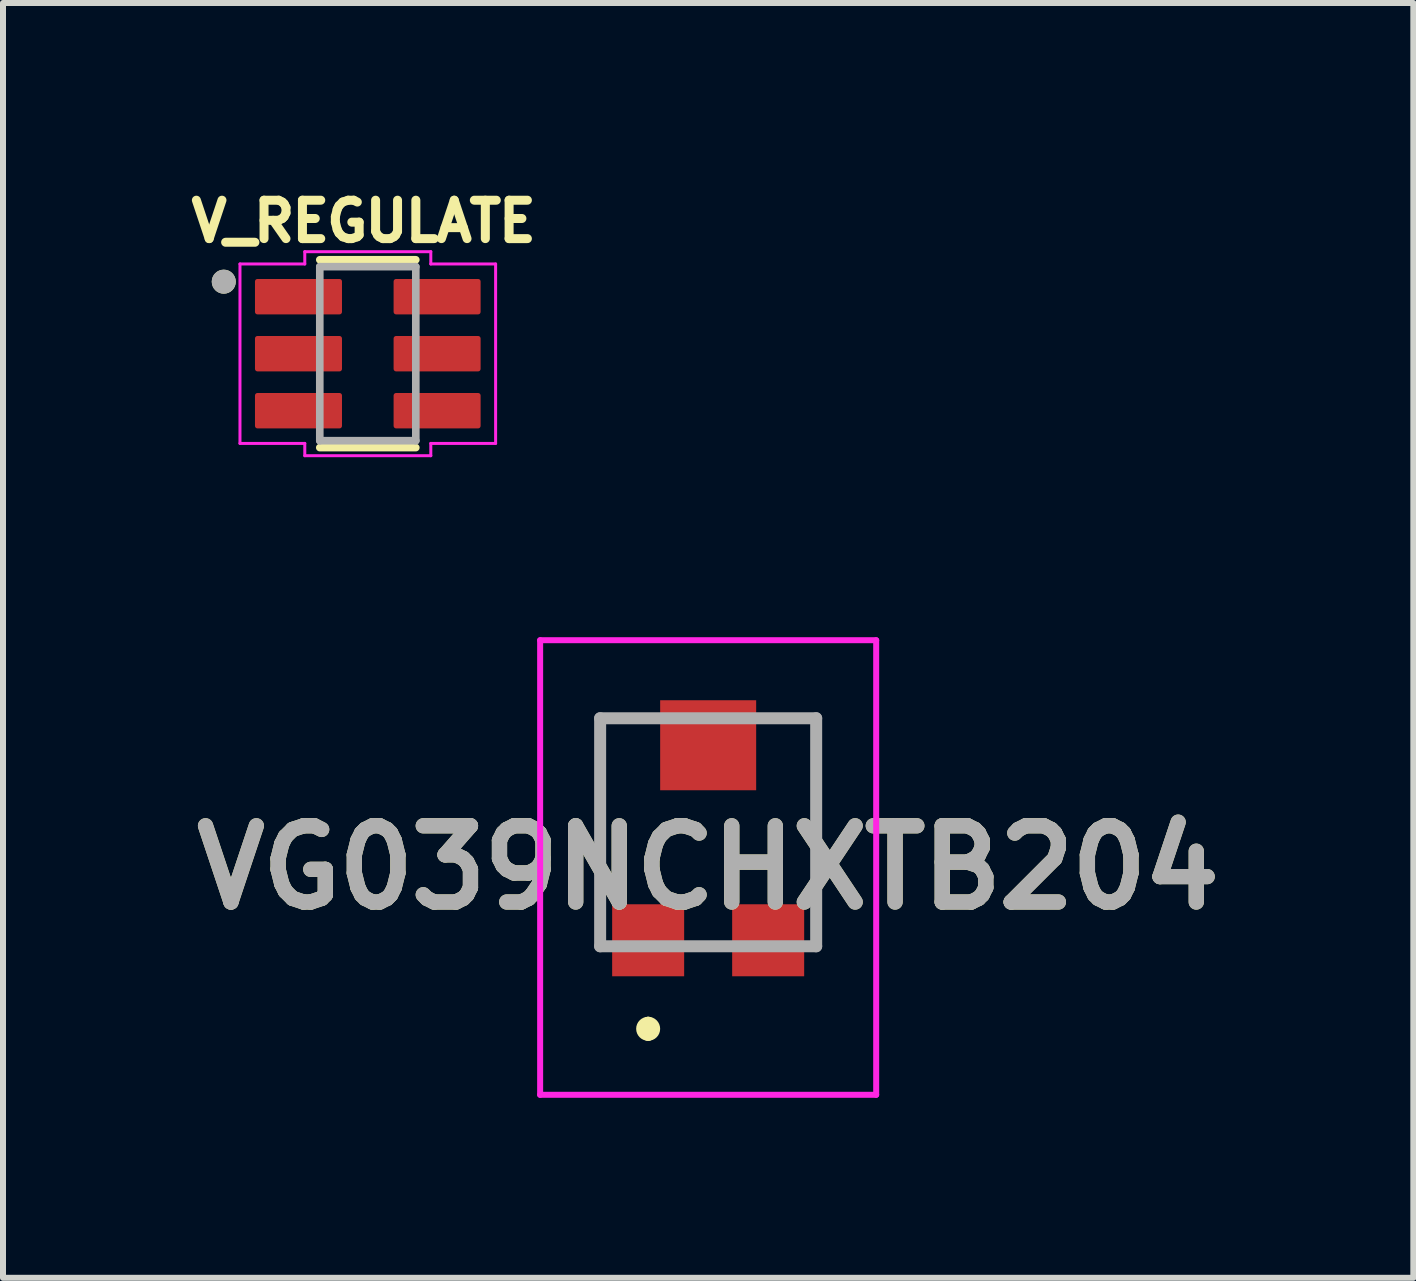
<source format=kicad_pcb>
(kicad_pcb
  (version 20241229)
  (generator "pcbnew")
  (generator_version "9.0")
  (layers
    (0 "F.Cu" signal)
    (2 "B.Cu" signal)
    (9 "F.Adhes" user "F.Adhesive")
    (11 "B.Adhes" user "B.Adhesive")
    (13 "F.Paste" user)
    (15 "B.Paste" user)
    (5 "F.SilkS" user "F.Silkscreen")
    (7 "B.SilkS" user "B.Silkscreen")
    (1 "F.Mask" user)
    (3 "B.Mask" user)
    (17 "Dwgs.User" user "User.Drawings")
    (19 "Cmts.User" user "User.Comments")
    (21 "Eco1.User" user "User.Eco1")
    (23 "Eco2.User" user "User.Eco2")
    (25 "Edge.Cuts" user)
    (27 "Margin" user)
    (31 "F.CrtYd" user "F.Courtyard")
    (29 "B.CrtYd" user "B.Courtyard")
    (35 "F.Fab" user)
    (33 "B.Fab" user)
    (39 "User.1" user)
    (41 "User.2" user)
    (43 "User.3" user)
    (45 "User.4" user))
  (footprint "V_REGULATE"
    (layer "F.Cu")
    (at 3.079 2.844)
    (property "Reference" "V_REGULATE" (at -0.068 -2.206 0) (layer "F.SilkS") (effects (font (size 0.64 0.64) (thickness 0.15))))
    (attr smd)
    (fp_line (start -0.8 -1.565) (end 0.8 -1.565) (stroke (width 0.127) (type solid)) (layer "F.SilkS"))
    (fp_line (start -0.8 1.565) (end 0.8 1.565) (stroke (width 0.127) (type solid)) (layer "F.SilkS"))
    (fp_circle (center -2.4 -1.2) (end -2.3 -1.2) (stroke (width 0.2) (type solid)) (fill no) (layer "F.SilkS"))
    (fp_line (start -2.13 -1.495) (end -2.13 1.495) (stroke (width 0.05) (type solid)) (layer "F.CrtYd"))
    (fp_line (start -2.13 1.495) (end -1.05 1.495) (stroke (width 0.05) (type solid)) (layer "F.CrtYd"))
    (fp_line (start -1.05 -1.7) (end -1.05 -1.495) (stroke (width 0.05) (type solid)) (layer "F.CrtYd"))
    (fp_line (start -1.05 -1.495) (end -2.13 -1.495) (stroke (width 0.05) (type solid)) (layer "F.CrtYd"))
    (fp_line (start -1.05 1.495) (end -1.05 1.7) (stroke (width 0.05) (type solid)) (layer "F.CrtYd"))
    (fp_line (start -1.05 1.7) (end 1.05 1.7) (stroke (width 0.05) (type solid)) (layer "F.CrtYd"))
    (fp_line (start 1.05 -1.7) (end -1.05 -1.7) (stroke (width 0.05) (type solid)) (layer "F.CrtYd"))
    (fp_line (start 1.05 -1.495) (end 1.05 -1.7) (stroke (width 0.05) (type solid)) (layer "F.CrtYd"))
    (fp_line (start 1.05 1.495) (end 2.13 1.495) (stroke (width 0.05) (type solid)) (layer "F.CrtYd"))
    (fp_line (start 1.05 1.7) (end 1.05 1.495) (stroke (width 0.05) (type solid)) (layer "F.CrtYd"))
    (fp_line (start 2.13 -1.495) (end 1.05 -1.495) (stroke (width 0.05) (type solid)) (layer "F.CrtYd"))
    (fp_line (start 2.13 1.495) (end 2.13 -1.495) (stroke (width 0.05) (type solid)) (layer "F.CrtYd"))
    (fp_line (start -0.8 -1.45) (end -0.8 1.45) (stroke (width 0.127) (type solid)) (layer "F.Fab"))
    (fp_line (start -0.8 1.45) (end 0.8 1.45) (stroke (width 0.127) (type solid)) (layer "F.Fab"))
    (fp_line (start 0.8 -1.45) (end -0.8 -1.45) (stroke (width 0.127) (type solid)) (layer "F.Fab"))
    (fp_line (start 0.8 1.45) (end 0.8 -1.45) (stroke (width 0.127) (type solid)) (layer "F.Fab"))
    (fp_circle (center -2.4 -1.2) (end -2.3 -1.2) (stroke (width 0.2) (type solid)) (fill no) (layer "F.Fab"))
    (pad "1" smd roundrect (at -1.155 -0.95) (size 1.45 0.59) (layers "F.Cu" "F.Mask" "F.Paste") (roundrect_rratio 0.07))
    (pad "2" smd roundrect (at -1.155 0) (size 1.45 0.59) (layers "F.Cu" "F.Mask" "F.Paste") (roundrect_rratio 0.07))
    (pad "3" smd roundrect (at -1.155 0.95) (size 1.45 0.59) (layers "F.Cu" "F.Mask" "F.Paste") (roundrect_rratio 0.07))
    (pad "4" smd roundrect (at 1.155 0.95) (size 1.45 0.59) (layers "F.Cu" "F.Mask" "F.Paste") (roundrect_rratio 0.07))
    (pad "5" smd roundrect (at 1.155 0) (size 1.45 0.59) (layers "F.Cu" "F.Mask" "F.Paste") (roundrect_rratio 0.07))
    (pad "6" smd roundrect (at 1.155 -0.95) (size 1.45 0.59) (layers "F.Cu" "F.Mask" "F.Paste") (roundrect_rratio 0.07)))
  (footprint "VG039NCHXTB204"
    (layer "F.Cu")
    (at 8.751 10.819)
    (property "Reference" "VG039NCHXTB204" (at 0 0.588 0) (layer "F.SilkS") (effects (font (size 1.27 1.27) (thickness 0.254))))
    (attr smd)
    (fp_line (start -1.8 -1.9) (end -1.5 -1.9) (stroke (width 0.1) (type solid)) (layer "F.SilkS"))
    (fp_line (start -1.8 0.5) (end -1.8 -1.9) (stroke (width 0.1) (type solid)) (layer "F.SilkS"))
    (fp_line (start -1 3.175) (end -1 3.175) (stroke (width 0.2) (type solid)) (layer "F.SilkS"))
    (fp_line (start -1 3.375) (end -1 3.375) (stroke (width 0.2) (type solid)) (layer "F.SilkS"))
    (fp_line (start 1.8 -1.9) (end 1.5 -1.9) (stroke (width 0.1) (type solid)) (layer "F.SilkS"))
    (fp_line (start 1.8 0.5) (end 1.8 -1.9) (stroke (width 0.1) (type solid)) (layer "F.SilkS"))
    (fp_arc (start -1 3.175) (mid -0.9 3.275) (end -1 3.375) (stroke (width 0.2) (type solid)) (layer "F.SilkS"))
    (fp_arc (start -1 3.375) (mid -1.1 3.275) (end -1 3.175) (stroke (width 0.2) (type solid)) (layer "F.SilkS"))
    (fp_line (start -2.8 -3.2) (end 2.8 -3.2) (stroke (width 0.1) (type solid)) (layer "F.CrtYd"))
    (fp_line (start -2.8 4.375) (end -2.8 -3.2) (stroke (width 0.1) (type solid)) (layer "F.CrtYd"))
    (fp_line (start 2.8 -3.2) (end 2.8 4.375) (stroke (width 0.1) (type solid)) (layer "F.CrtYd"))
    (fp_line (start 2.8 4.375) (end -2.8 4.375) (stroke (width 0.1) (type solid)) (layer "F.CrtYd"))
    (fp_line (start -1.8 -1.9) (end 1.8 -1.9) (stroke (width 0.2) (type solid)) (layer "F.Fab"))
    (fp_line (start -1.8 1.9) (end -1.8 -1.9) (stroke (width 0.2) (type solid)) (layer "F.Fab"))
    (fp_line (start 1.8 -1.9) (end 1.8 1.9) (stroke (width 0.2) (type solid)) (layer "F.Fab"))
    (fp_line (start 1.8 1.9) (end -1.8 1.9) (stroke (width 0.2) (type solid)) (layer "F.Fab"))
    (fp_text user "${REFERENCE}" (at 0 0.588 0) (layer "F.Fab") (effects (font (size 1.27 1.27) (thickness 0.254))))
    (pad "1" smd rect (at -1 1.8) (size 1.2 1.2) (layers "F.Cu" "F.Mask" "F.Paste"))
    (pad "2" smd rect (at 0 -1.45 90) (size 1.5 1.6) (layers "F.Cu" "F.Mask" "F.Paste"))
    (pad "3" smd rect (at 1 1.8) (size 1.2 1.2) (layers "F.Cu" "F.Mask" "F.Paste")))
  (gr_rect
    (start -3 -3)
    (end 20.502 18.244)
    (stroke (width 0.1) (type default))
    (fill no)
    (layer "Edge.Cuts")))
</source>
